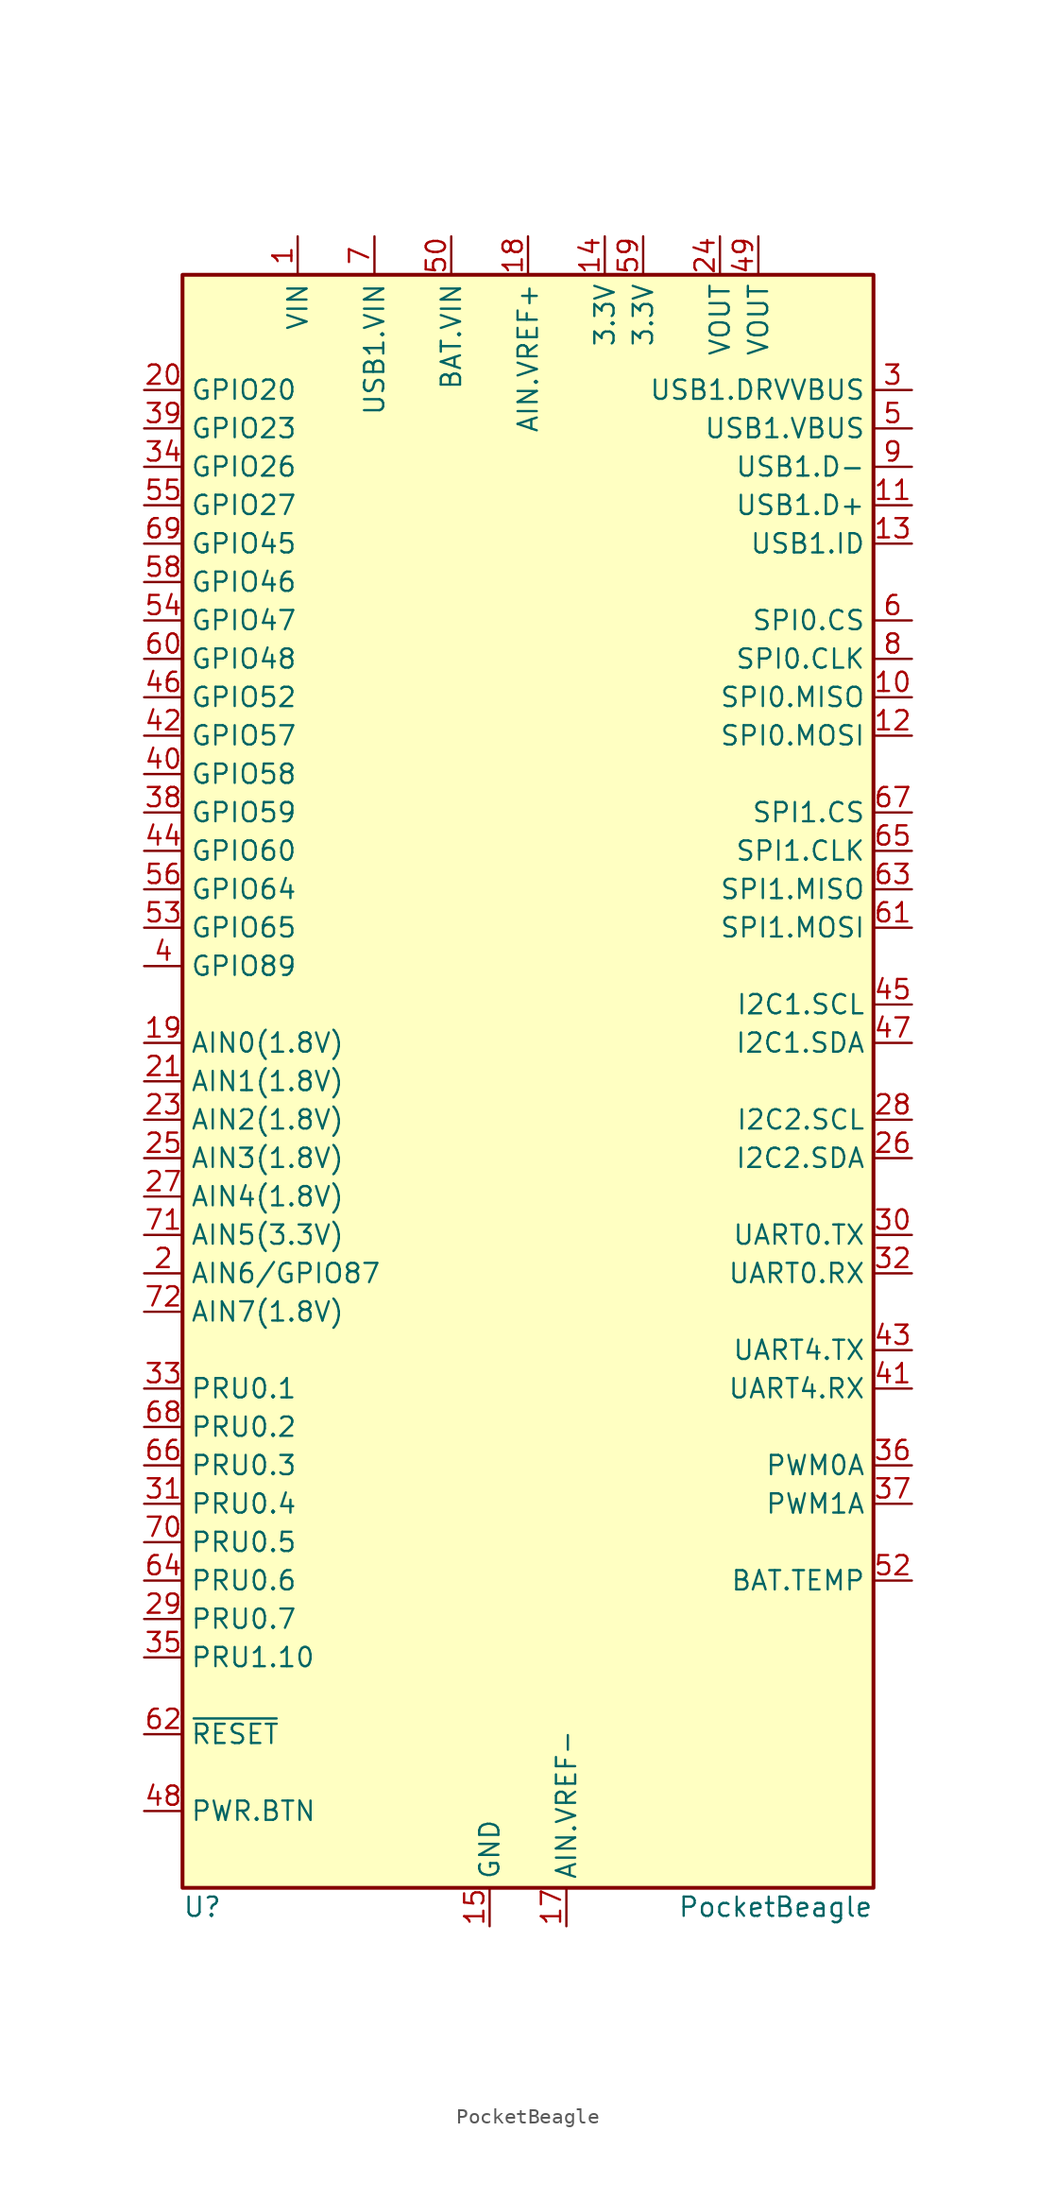
<source format=kicad_sym>
(kicad_symbol_lib
  (version 20211014)
  (generator kicad_symbol_editor)
  (symbol "PocketBeagle"
    (property "Reference" "U"
      (at -22.86 -54.61 0)
      (effects (font (size 1.27 1.27)) (justify left)))
    (property "Value" "PocketBeagle"
      (at 22.86 -54.61 0)
      (effects (font (size 1.27 1.27)) (justify right)))
    (symbol "PocketBeagle_0_1"
      (rectangle (start -22.86 53.34) (end 22.86 -53.34) (stroke (width 0.254) (type default) (color 0 0 0 0)) (fill (type background))))
    (symbol "PocketBeagle_1_1"
      (pin power_in line (at -15.24 55.88 270) (length 2.54) (name "VIN" (effects (font (size 1.27 1.27)))) (number "1" (effects (font (size 1.27 1.27)))))
      (pin bidirectional line (at 25.4 25.4 180) (length 2.54) (name "SPI0.MISO" (effects (font (size 1.27 1.27)))) (number "10" (effects (font (size 1.27 1.27)))))
      (pin bidirectional line (at 25.4 38.1 180) (length 2.54) (name "USB1.D+" (effects (font (size 1.27 1.27)))) (number "11" (effects (font (size 1.27 1.27)))))
      (pin bidirectional line (at 25.4 22.86 180) (length 2.54) (name "SPI0.MOSI" (effects (font (size 1.27 1.27)))) (number "12" (effects (font (size 1.27 1.27)))))
      (pin input line (at 25.4 35.56 180) (length 2.54) (name "USB1.ID" (effects (font (size 1.27 1.27)))) (number "13" (effects (font (size 1.27 1.27)))))
      (pin power_out line (at 5.08 55.88 270) (length 2.54) (name "3.3V" (effects (font (size 1.27 1.27)))) (number "14" (effects (font (size 1.27 1.27)))))
      (pin power_in line (at -2.54 -55.88 90) (length 2.54) (name "GND" (effects (font (size 1.27 1.27)))) (number "15" (effects (font (size 1.27 1.27)))))
      (pin passive line (at -2.54 -55.88 90) (length 2.54) hide (name "GND" (effects (font (size 1.27 1.27)))) (number "16" (effects (font (size 1.27 1.27)))))
      (pin power_in line (at 2.54 -55.88 90) (length 2.54) (name "AIN.VREF-" (effects (font (size 1.27 1.27)))) (number "17" (effects (font (size 1.27 1.27)))))
      (pin power_in line (at 0 55.88 270) (length 2.54) (name "AIN.VREF+" (effects (font (size 1.27 1.27)))) (number "18" (effects (font (size 1.27 1.27)))))
      (pin input line (at -25.4 2.54 0) (length 2.54) (name "AIN0(1.8V)" (effects (font (size 1.27 1.27)))) (number "19" (effects (font (size 1.27 1.27)))))
      (pin bidirectional line (at -25.4 -12.7 0) (length 2.54) (name "AIN6/GPIO87" (effects (font (size 1.27 1.27)))) (number "2" (effects (font (size 1.27 1.27)))))
      (pin bidirectional line (at -25.4 45.72 0) (length 2.54) (name "GPIO20" (effects (font (size 1.27 1.27)))) (number "20" (effects (font (size 1.27 1.27)))))
      (pin input line (at -25.4 0 0) (length 2.54) (name "AIN1(1.8V)" (effects (font (size 1.27 1.27)))) (number "21" (effects (font (size 1.27 1.27)))))
      (pin passive line (at -2.54 -55.88 90) (length 2.54) hide (name "GND" (effects (font (size 1.27 1.27)))) (number "22" (effects (font (size 1.27 1.27)))))
      (pin input line (at -25.4 -2.54 0) (length 2.54) (name "AIN2(1.8V)" (effects (font (size 1.27 1.27)))) (number "23" (effects (font (size 1.27 1.27)))))
      (pin power_out line (at 12.7 55.88 270) (length 2.54) (name "VOUT" (effects (font (size 1.27 1.27)))) (number "24" (effects (font (size 1.27 1.27)))))
      (pin input line (at -25.4 -5.08 0) (length 2.54) (name "AIN3(1.8V)" (effects (font (size 1.27 1.27)))) (number "25" (effects (font (size 1.27 1.27)))))
      (pin bidirectional line (at 25.4 -5.08 180) (length 2.54) (name "I2C2.SDA" (effects (font (size 1.27 1.27)))) (number "26" (effects (font (size 1.27 1.27)))))
      (pin input line (at -25.4 -7.62 0) (length 2.54) (name "AIN4(1.8V)" (effects (font (size 1.27 1.27)))) (number "27" (effects (font (size 1.27 1.27)))))
      (pin bidirectional line (at 25.4 -2.54 180) (length 2.54) (name "I2C2.SCL" (effects (font (size 1.27 1.27)))) (number "28" (effects (font (size 1.27 1.27)))))
      (pin bidirectional line (at -25.4 -35.56 0) (length 2.54) (name "PRU0.7" (effects (font (size 1.27 1.27)))) (number "29" (effects (font (size 1.27 1.27)))))
      (pin output line (at 25.4 45.72 180) (length 2.54) (name "USB1.DRVVBUS" (effects (font (size 1.27 1.27)))) (number "3" (effects (font (size 1.27 1.27)))))
      (pin bidirectional line (at 25.4 -10.16 180) (length 2.54) (name "UART0.TX" (effects (font (size 1.27 1.27)))) (number "30" (effects (font (size 1.27 1.27)))))
      (pin bidirectional line (at -25.4 -27.94 0) (length 2.54) (name "PRU0.4" (effects (font (size 1.27 1.27)))) (number "31" (effects (font (size 1.27 1.27)))))
      (pin bidirectional line (at 25.4 -12.7 180) (length 2.54) (name "UART0.RX" (effects (font (size 1.27 1.27)))) (number "32" (effects (font (size 1.27 1.27)))))
      (pin bidirectional line (at -25.4 -20.32 0) (length 2.54) (name "PRU0.1" (effects (font (size 1.27 1.27)))) (number "33" (effects (font (size 1.27 1.27)))))
      (pin bidirectional line (at -25.4 40.64 0) (length 2.54) (name "GPIO26" (effects (font (size 1.27 1.27)))) (number "34" (effects (font (size 1.27 1.27)))))
      (pin bidirectional line (at -25.4 -38.1 0) (length 2.54) (name "PRU1.10" (effects (font (size 1.27 1.27)))) (number "35" (effects (font (size 1.27 1.27)))))
      (pin bidirectional line (at 25.4 -25.4 180) (length 2.54) (name "PWM0A" (effects (font (size 1.27 1.27)))) (number "36" (effects (font (size 1.27 1.27)))))
      (pin bidirectional line (at 25.4 -27.94 180) (length 2.54) (name "PWM1A" (effects (font (size 1.27 1.27)))) (number "37" (effects (font (size 1.27 1.27)))))
      (pin bidirectional line (at -25.4 17.78 0) (length 2.54) (name "GPIO59" (effects (font (size 1.27 1.27)))) (number "38" (effects (font (size 1.27 1.27)))))
      (pin bidirectional line (at -25.4 43.18 0) (length 2.54) (name "GPIO23" (effects (font (size 1.27 1.27)))) (number "39" (effects (font (size 1.27 1.27)))))
      (pin bidirectional line (at -25.4 7.62 0) (length 2.54) (name "GPIO89" (effects (font (size 1.27 1.27)))) (number "4" (effects (font (size 1.27 1.27)))))
      (pin bidirectional line (at -25.4 20.32 0) (length 2.54) (name "GPIO58" (effects (font (size 1.27 1.27)))) (number "40" (effects (font (size 1.27 1.27)))))
      (pin bidirectional line (at 25.4 -20.32 180) (length 2.54) (name "UART4.RX" (effects (font (size 1.27 1.27)))) (number "41" (effects (font (size 1.27 1.27)))))
      (pin bidirectional line (at -25.4 22.86 0) (length 2.54) (name "GPIO57" (effects (font (size 1.27 1.27)))) (number "42" (effects (font (size 1.27 1.27)))))
      (pin bidirectional line (at 25.4 -17.78 180) (length 2.54) (name "UART4.TX" (effects (font (size 1.27 1.27)))) (number "43" (effects (font (size 1.27 1.27)))))
      (pin bidirectional line (at -25.4 15.24 0) (length 2.54) (name "GPIO60" (effects (font (size 1.27 1.27)))) (number "44" (effects (font (size 1.27 1.27)))))
      (pin bidirectional line (at 25.4 5.08 180) (length 2.54) (name "I2C1.SCL" (effects (font (size 1.27 1.27)))) (number "45" (effects (font (size 1.27 1.27)))))
      (pin bidirectional line (at -25.4 25.4 0) (length 2.54) (name "GPIO52" (effects (font (size 1.27 1.27)))) (number "46" (effects (font (size 1.27 1.27)))))
      (pin bidirectional line (at 25.4 2.54 180) (length 2.54) (name "I2C1.SDA" (effects (font (size 1.27 1.27)))) (number "47" (effects (font (size 1.27 1.27)))))
      (pin input line (at -25.4 -48.26 0) (length 2.54) (name "PWR.BTN" (effects (font (size 1.27 1.27)))) (number "48" (effects (font (size 1.27 1.27)))))
      (pin power_out line (at 15.24 55.88 270) (length 2.54) (name "VOUT" (effects (font (size 1.27 1.27)))) (number "49" (effects (font (size 1.27 1.27)))))
      (pin input line (at 25.4 43.18 180) (length 2.54) (name "USB1.VBUS" (effects (font (size 1.27 1.27)))) (number "5" (effects (font (size 1.27 1.27)))))
      (pin power_in line (at -5.08 55.88 270) (length 2.54) (name "BAT.VIN" (effects (font (size 1.27 1.27)))) (number "50" (effects (font (size 1.27 1.27)))))
      (pin passive line (at -2.54 -55.88 90) (length 2.54) hide (name "GND" (effects (font (size 1.27 1.27)))) (number "51" (effects (font (size 1.27 1.27)))))
      (pin passive line (at 25.4 -33.02 180) (length 2.54) (name "BAT.TEMP" (effects (font (size 1.27 1.27)))) (number "52" (effects (font (size 1.27 1.27)))))
      (pin bidirectional line (at -25.4 10.16 0) (length 2.54) (name "GPIO65" (effects (font (size 1.27 1.27)))) (number "53" (effects (font (size 1.27 1.27)))))
      (pin bidirectional line (at -25.4 30.48 0) (length 2.54) (name "GPIO47" (effects (font (size 1.27 1.27)))) (number "54" (effects (font (size 1.27 1.27)))))
      (pin bidirectional line (at -25.4 38.1 0) (length 2.54) (name "GPIO27" (effects (font (size 1.27 1.27)))) (number "55" (effects (font (size 1.27 1.27)))))
      (pin bidirectional line (at -25.4 12.7 0) (length 2.54) (name "GPIO64" (effects (font (size 1.27 1.27)))) (number "56" (effects (font (size 1.27 1.27)))))
      (pin passive line (at -2.54 -55.88 90) (length 2.54) hide (name "GND" (effects (font (size 1.27 1.27)))) (number "57" (effects (font (size 1.27 1.27)))))
      (pin bidirectional line (at -25.4 33.02 0) (length 2.54) (name "GPIO46" (effects (font (size 1.27 1.27)))) (number "58" (effects (font (size 1.27 1.27)))))
      (pin power_out line (at 7.62 55.88 270) (length 2.54) (name "3.3V" (effects (font (size 1.27 1.27)))) (number "59" (effects (font (size 1.27 1.27)))))
      (pin bidirectional line (at 25.4 30.48 180) (length 2.54) (name "SPI0.CS" (effects (font (size 1.27 1.27)))) (number "6" (effects (font (size 1.27 1.27)))))
      (pin bidirectional line (at -25.4 27.94 0) (length 2.54) (name "GPIO48" (effects (font (size 1.27 1.27)))) (number "60" (effects (font (size 1.27 1.27)))))
      (pin bidirectional line (at 25.4 10.16 180) (length 2.54) (name "SPI1.MOSI" (effects (font (size 1.27 1.27)))) (number "61" (effects (font (size 1.27 1.27)))))
      (pin input line (at -25.4 -43.18 0) (length 2.54) (name "~{RESET}" (effects (font (size 1.27 1.27)))) (number "62" (effects (font (size 1.27 1.27)))))
      (pin bidirectional line (at 25.4 12.7 180) (length 2.54) (name "SPI1.MISO" (effects (font (size 1.27 1.27)))) (number "63" (effects (font (size 1.27 1.27)))))
      (pin bidirectional line (at -25.4 -33.02 0) (length 2.54) (name "PRU0.6" (effects (font (size 1.27 1.27)))) (number "64" (effects (font (size 1.27 1.27)))))
      (pin bidirectional line (at 25.4 15.24 180) (length 2.54) (name "SPI1.CLK" (effects (font (size 1.27 1.27)))) (number "65" (effects (font (size 1.27 1.27)))))
      (pin bidirectional line (at -25.4 -25.4 0) (length 2.54) (name "PRU0.3" (effects (font (size 1.27 1.27)))) (number "66" (effects (font (size 1.27 1.27)))))
      (pin bidirectional line (at 25.4 17.78 180) (length 2.54) (name "SPI1.CS" (effects (font (size 1.27 1.27)))) (number "67" (effects (font (size 1.27 1.27)))))
      (pin bidirectional line (at -25.4 -22.86 0) (length 2.54) (name "PRU0.2" (effects (font (size 1.27 1.27)))) (number "68" (effects (font (size 1.27 1.27)))))
      (pin bidirectional line (at -25.4 35.56 0) (length 2.54) (name "GPIO45" (effects (font (size 1.27 1.27)))) (number "69" (effects (font (size 1.27 1.27)))))
      (pin power_in line (at -10.16 55.88 270) (length 2.54) (name "USB1.VIN" (effects (font (size 1.27 1.27)))) (number "7" (effects (font (size 1.27 1.27)))))
      (pin bidirectional line (at -25.4 -30.48 0) (length 2.54) (name "PRU0.5" (effects (font (size 1.27 1.27)))) (number "70" (effects (font (size 1.27 1.27)))))
      (pin input line (at -25.4 -10.16 0) (length 2.54) (name "AIN5(3.3V)" (effects (font (size 1.27 1.27)))) (number "71" (effects (font (size 1.27 1.27)))))
      (pin input line (at -25.4 -15.24 0) (length 2.54) (name "AIN7(1.8V)" (effects (font (size 1.27 1.27)))) (number "72" (effects (font (size 1.27 1.27)))))
      (pin bidirectional line (at 25.4 27.94 180) (length 2.54) (name "SPI0.CLK" (effects (font (size 1.27 1.27)))) (number "8" (effects (font (size 1.27 1.27)))))
      (pin bidirectional line (at 25.4 40.64 180) (length 2.54) (name "USB1.D-" (effects (font (size 1.27 1.27)))) (number "9" (effects (font (size 1.27 1.27))))))))
</source>
